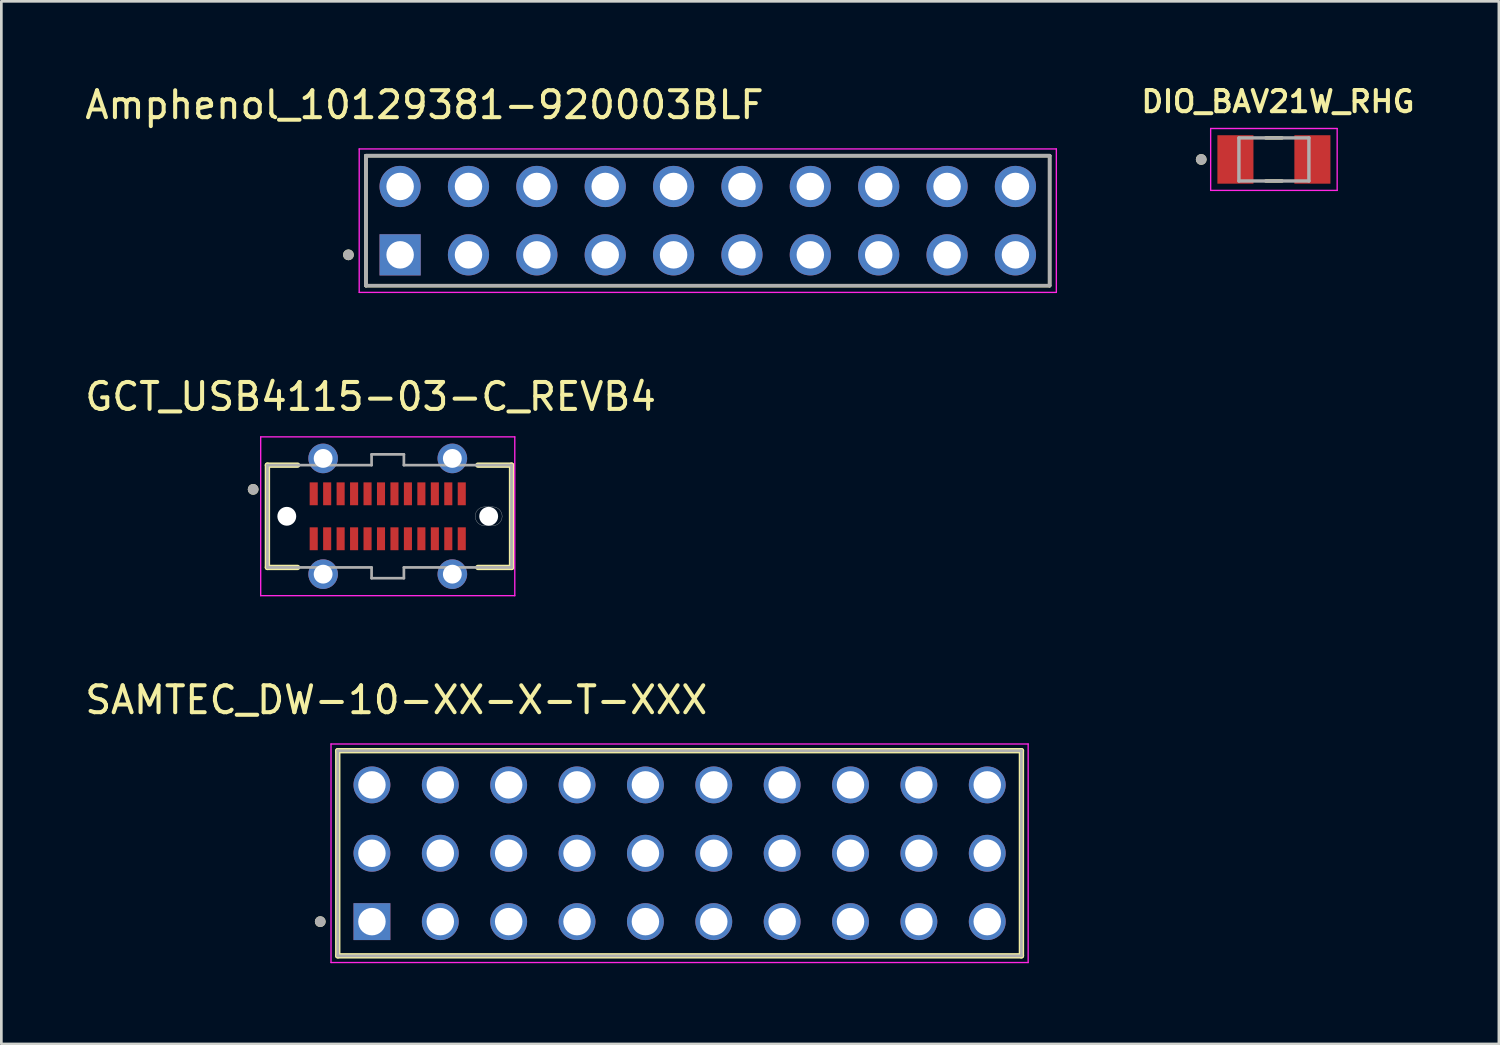
<source format=kicad_pcb>
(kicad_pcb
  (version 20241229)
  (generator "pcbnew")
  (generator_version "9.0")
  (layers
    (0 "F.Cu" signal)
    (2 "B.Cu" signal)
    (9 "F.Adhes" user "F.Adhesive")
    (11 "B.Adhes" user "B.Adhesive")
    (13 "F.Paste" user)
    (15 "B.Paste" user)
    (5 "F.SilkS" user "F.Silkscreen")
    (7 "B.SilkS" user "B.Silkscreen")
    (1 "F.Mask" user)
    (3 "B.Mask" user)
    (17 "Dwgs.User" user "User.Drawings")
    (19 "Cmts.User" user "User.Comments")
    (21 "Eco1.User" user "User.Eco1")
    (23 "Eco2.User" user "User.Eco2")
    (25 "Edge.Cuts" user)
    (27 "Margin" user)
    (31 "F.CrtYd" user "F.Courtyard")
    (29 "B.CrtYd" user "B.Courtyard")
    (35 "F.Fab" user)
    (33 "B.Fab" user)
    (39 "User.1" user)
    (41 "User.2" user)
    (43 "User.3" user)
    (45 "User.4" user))
  (footprint "SAMTEC_DW-10-XX-X-T-XXX"
    (layer "F.Cu")
    (at 10.768 31.19)
    (property "Reference" "SAMTEC_DW-10-XX-X-T-XXX" (at 0.905 -8.235 0) (layer "F.SilkS") (effects (font (size 1 1) (thickness 0.15))))
    (attr through_hole)
    (fp_line (start -1.27 1.27) (end -1.27 -6.35) (stroke (width 0.2) (type solid)) (layer "F.SilkS"))
    (fp_line (start 24.13 -6.35) (end -1.27 -6.35) (stroke (width 0.2) (type solid)) (layer "F.SilkS"))
    (fp_line (start 24.13 -6.35) (end 24.13 1.27) (stroke (width 0.2) (type solid)) (layer "F.SilkS"))
    (fp_line (start 24.13 1.27) (end -1.27 1.27) (stroke (width 0.2) (type solid)) (layer "F.SilkS"))
    (fp_circle (center -1.92 0) (end -1.82 0) (stroke (width 0.2) (type solid)) (fill no) (layer "F.SilkS"))
    (fp_line (start -1.52 -6.6) (end 24.38 -6.6) (stroke (width 0.05) (type solid)) (layer "F.CrtYd"))
    (fp_line (start -1.52 1.52) (end -1.52 -6.6) (stroke (width 0.05) (type solid)) (layer "F.CrtYd"))
    (fp_line (start 24.38 -6.6) (end 24.38 1.52) (stroke (width 0.05) (type solid)) (layer "F.CrtYd"))
    (fp_line (start 24.38 1.52) (end -1.52 1.52) (stroke (width 0.05) (type solid)) (layer "F.CrtYd"))
    (fp_line (start -1.27 -6.35) (end 24.13 -6.35) (stroke (width 0.1) (type solid)) (layer "F.Fab"))
    (fp_line (start -1.27 1.27) (end -1.27 -6.35) (stroke (width 0.1) (type solid)) (layer "F.Fab"))
    (fp_line (start 24.13 -6.35) (end 24.13 1.27) (stroke (width 0.1) (type solid)) (layer "F.Fab"))
    (fp_line (start 24.13 1.27) (end -1.27 1.27) (stroke (width 0.1) (type solid)) (layer "F.Fab"))
    (fp_circle (center -1.92 0) (end -1.82 0) (stroke (width 0.2) (type solid)) (fill no) (layer "F.Fab"))
    (pad "01" thru_hole rect (at 0 0) (size 1.37 1.37) (drill 1.02) (layers "*.Cu" "*.Mask"))
    (pad "02" thru_hole circle (at 0 -2.54) (size 1.37 1.37) (drill 1.02) (layers "*.Cu" "*.Mask"))
    (pad "03" thru_hole circle (at 0 -5.08) (size 1.37 1.37) (drill 1.02) (layers "*.Cu" "*.Mask"))
    (pad "04" thru_hole circle (at 2.54 0) (size 1.37 1.37) (drill 1.02) (layers "*.Cu" "*.Mask"))
    (pad "05" thru_hole circle (at 2.54 -2.54) (size 1.37 1.37) (drill 1.02) (layers "*.Cu" "*.Mask"))
    (pad "06" thru_hole circle (at 2.54 -5.08) (size 1.37 1.37) (drill 1.02) (layers "*.Cu" "*.Mask"))
    (pad "07" thru_hole circle (at 5.08 0) (size 1.37 1.37) (drill 1.02) (layers "*.Cu" "*.Mask"))
    (pad "08" thru_hole circle (at 5.08 -2.54) (size 1.37 1.37) (drill 1.02) (layers "*.Cu" "*.Mask"))
    (pad "09" thru_hole circle (at 5.08 -5.08) (size 1.37 1.37) (drill 1.02) (layers "*.Cu" "*.Mask"))
    (pad "10" thru_hole circle (at 7.62 0) (size 1.37 1.37) (drill 1.02) (layers "*.Cu" "*.Mask"))
    (pad "11" thru_hole circle (at 7.62 -2.54) (size 1.37 1.37) (drill 1.02) (layers "*.Cu" "*.Mask"))
    (pad "12" thru_hole circle (at 7.62 -5.08) (size 1.37 1.37) (drill 1.02) (layers "*.Cu" "*.Mask"))
    (pad "13" thru_hole circle (at 10.16 0) (size 1.37 1.37) (drill 1.02) (layers "*.Cu" "*.Mask"))
    (pad "14" thru_hole circle (at 10.16 -2.54) (size 1.37 1.37) (drill 1.02) (layers "*.Cu" "*.Mask"))
    (pad "15" thru_hole circle (at 10.16 -5.08) (size 1.37 1.37) (drill 1.02) (layers "*.Cu" "*.Mask"))
    (pad "16" thru_hole circle (at 12.7 0) (size 1.37 1.37) (drill 1.02) (layers "*.Cu" "*.Mask"))
    (pad "17" thru_hole circle (at 12.7 -2.54) (size 1.37 1.37) (drill 1.02) (layers "*.Cu" "*.Mask"))
    (pad "18" thru_hole circle (at 12.7 -5.08) (size 1.37 1.37) (drill 1.02) (layers "*.Cu" "*.Mask"))
    (pad "19" thru_hole circle (at 15.24 0) (size 1.37 1.37) (drill 1.02) (layers "*.Cu" "*.Mask"))
    (pad "20" thru_hole circle (at 15.24 -2.54) (size 1.37 1.37) (drill 1.02) (layers "*.Cu" "*.Mask"))
    (pad "21" thru_hole circle (at 15.24 -5.08) (size 1.37 1.37) (drill 1.02) (layers "*.Cu" "*.Mask"))
    (pad "22" thru_hole circle (at 17.78 0) (size 1.37 1.37) (drill 1.02) (layers "*.Cu" "*.Mask"))
    (pad "23" thru_hole circle (at 17.78 -2.54) (size 1.37 1.37) (drill 1.02) (layers "*.Cu" "*.Mask"))
    (pad "24" thru_hole circle (at 17.78 -5.08) (size 1.37 1.37) (drill 1.02) (layers "*.Cu" "*.Mask"))
    (pad "25" thru_hole circle (at 20.32 0) (size 1.37 1.37) (drill 1.02) (layers "*.Cu" "*.Mask"))
    (pad "26" thru_hole circle (at 20.32 -2.54) (size 1.37 1.37) (drill 1.02) (layers "*.Cu" "*.Mask"))
    (pad "27" thru_hole circle (at 20.32 -5.08) (size 1.37 1.37) (drill 1.02) (layers "*.Cu" "*.Mask"))
    (pad "28" thru_hole circle (at 22.86 0) (size 1.37 1.37) (drill 1.02) (layers "*.Cu" "*.Mask"))
    (pad "29" thru_hole circle (at 22.86 -2.54) (size 1.37 1.37) (drill 1.02) (layers "*.Cu" "*.Mask"))
    (pad "30" thru_hole circle (at 22.86 -5.08) (size 1.37 1.37) (drill 1.02) (layers "*.Cu" "*.Mask")))
  (footprint "Amphenol_10129381-920003BLF"
    (layer "F.Cu")
    (at 23.245 5.148)
    (property "Reference" "Amphenol_10129381-920003BLF" (at -10.525 -4.3 0) (layer "F.SilkS") (effects (font (size 1 1) (thickness 0.15))))
    (attr through_hole)
    (fp_line (start -12.7 2.415) (end -12.7 -2.415) (stroke (width 0.127) (type solid)) (layer "F.SilkS"))
    (fp_line (start 12.7 -2.415) (end -12.7 -2.415) (stroke (width 0.127) (type solid)) (layer "F.SilkS"))
    (fp_line (start 12.7 -2.415) (end 12.7 2.415) (stroke (width 0.127) (type solid)) (layer "F.SilkS"))
    (fp_line (start 12.7 2.415) (end -12.7 2.415) (stroke (width 0.127) (type solid)) (layer "F.SilkS"))
    (fp_circle (center -13.35 1.27) (end -13.25 1.27) (stroke (width 0.2) (type solid)) (fill no) (layer "F.SilkS"))
    (fp_line (start -12.95 -2.665) (end 12.95 -2.665) (stroke (width 0.05) (type solid)) (layer "F.CrtYd"))
    (fp_line (start -12.95 2.665) (end -12.95 -2.665) (stroke (width 0.05) (type solid)) (layer "F.CrtYd"))
    (fp_line (start 12.95 -2.665) (end 12.95 2.665) (stroke (width 0.05) (type solid)) (layer "F.CrtYd"))
    (fp_line (start 12.95 2.665) (end -12.95 2.665) (stroke (width 0.05) (type solid)) (layer "F.CrtYd"))
    (fp_line (start -12.7 -2.415) (end 12.7 -2.415) (stroke (width 0.127) (type solid)) (layer "F.Fab"))
    (fp_line (start -12.7 -2.415) (end 12.7 -2.415) (stroke (width 0.127) (type solid)) (layer "F.Fab"))
    (fp_line (start -12.7 2.415) (end -12.7 -2.415) (stroke (width 0.127) (type solid)) (layer "F.Fab"))
    (fp_line (start -12.7 2.415) (end -12.7 -2.415) (stroke (width 0.127) (type solid)) (layer "F.Fab"))
    (fp_line (start 12.7 -2.415) (end 12.7 2.415) (stroke (width 0.127) (type solid)) (layer "F.Fab"))
    (fp_line (start 12.7 -2.415) (end 12.7 2.415) (stroke (width 0.127) (type solid)) (layer "F.Fab"))
    (fp_line (start 12.7 2.415) (end -12.7 2.415) (stroke (width 0.127) (type solid)) (layer "F.Fab"))
    (fp_circle (center -13.35 1.27) (end -13.25 1.27) (stroke (width 0.2) (type solid)) (fill no) (layer "F.Fab"))
    (pad "1" thru_hole rect (at -11.43 1.27) (size 1.53 1.53) (drill 1.02) (layers "*.Cu" "*.Mask"))
    (pad "2" thru_hole circle (at -8.89 1.27) (size 1.53 1.53) (drill 1.02) (layers "*.Cu" "*.Mask"))
    (pad "3" thru_hole circle (at -6.35 1.27) (size 1.53 1.53) (drill 1.02) (layers "*.Cu" "*.Mask"))
    (pad "4" thru_hole circle (at -3.81 1.27) (size 1.53 1.53) (drill 1.02) (layers "*.Cu" "*.Mask"))
    (pad "5" thru_hole circle (at -1.27 1.27) (size 1.53 1.53) (drill 1.02) (layers "*.Cu" "*.Mask"))
    (pad "6" thru_hole circle (at 1.27 1.27) (size 1.53 1.53) (drill 1.02) (layers "*.Cu" "*.Mask"))
    (pad "7" thru_hole circle (at 3.81 1.27) (size 1.53 1.53) (drill 1.02) (layers "*.Cu" "*.Mask"))
    (pad "8" thru_hole circle (at 6.35 1.27) (size 1.53 1.53) (drill 1.02) (layers "*.Cu" "*.Mask"))
    (pad "9" thru_hole circle (at 8.89 1.27) (size 1.53 1.53) (drill 1.02) (layers "*.Cu" "*.Mask"))
    (pad "10" thru_hole circle (at 11.43 1.27) (size 1.53 1.53) (drill 1.02) (layers "*.Cu" "*.Mask"))
    (pad "11" thru_hole circle (at -11.43 -1.27) (size 1.53 1.53) (drill 1.02) (layers "*.Cu" "*.Mask"))
    (pad "12" thru_hole circle (at -8.89 -1.27) (size 1.53 1.53) (drill 1.02) (layers "*.Cu" "*.Mask"))
    (pad "13" thru_hole circle (at -6.35 -1.27) (size 1.53 1.53) (drill 1.02) (layers "*.Cu" "*.Mask"))
    (pad "14" thru_hole circle (at -3.81 -1.27) (size 1.53 1.53) (drill 1.02) (layers "*.Cu" "*.Mask"))
    (pad "15" thru_hole circle (at -1.27 -1.27) (size 1.53 1.53) (drill 1.02) (layers "*.Cu" "*.Mask"))
    (pad "16" thru_hole circle (at 1.27 -1.27) (size 1.53 1.53) (drill 1.02) (layers "*.Cu" "*.Mask"))
    (pad "17" thru_hole circle (at 3.81 -1.27) (size 1.53 1.53) (drill 1.02) (layers "*.Cu" "*.Mask"))
    (pad "18" thru_hole circle (at 6.35 -1.27) (size 1.53 1.53) (drill 1.02) (layers "*.Cu" "*.Mask"))
    (pad "19" thru_hole circle (at 8.89 -1.27) (size 1.53 1.53) (drill 1.02) (layers "*.Cu" "*.Mask"))
    (pad "20" thru_hole circle (at 11.43 -1.27) (size 1.53 1.53) (drill 1.02) (layers "*.Cu" "*.Mask")))
  (footprint "GCT_USB4115-03-C_REVB4"
    (layer "F.Cu")
    (at 11.355 16.131)
    (property "Reference" "GCT_USB4115-03-C_REVB4" (at -0.635 -4.445 0) (layer "F.SilkS") (effects (font (size 1 1) (thickness 0.15))))
    (fp_line (start -4.47 -1.9) (end -3.35 -1.9) (stroke (width 0.2) (type solid)) (layer "F.SilkS"))
    (fp_line (start -4.47 1.9) (end -4.47 -1.9) (stroke (width 0.2) (type solid)) (layer "F.SilkS"))
    (fp_line (start -4.47 1.9) (end -3.35 1.9) (stroke (width 0.2) (type solid)) (layer "F.SilkS"))
    (fp_line (start 3.35 -1.9) (end 4.6 -1.9) (stroke (width 0.2) (type solid)) (layer "F.SilkS"))
    (fp_line (start 3.35 1.9) (end 4.6 1.9) (stroke (width 0.2) (type solid)) (layer "F.SilkS"))
    (fp_line (start 4.6 1.9) (end 4.6 -1.9) (stroke (width 0.2) (type solid)) (layer "F.SilkS"))
    (fp_circle (center -5 -1) (end -4.9 -1) (stroke (width 0.2) (type solid)) (fill no) (layer "F.SilkS"))
    (fp_line (start 3.6 0.35) (end 3.75 0.35) (stroke (width 0.01) (type solid)) (layer "Edge.Cuts"))
    (fp_line (start 3.75 -0.35) (end 3.6 -0.35) (stroke (width 0.01) (type solid)) (layer "Edge.Cuts"))
    (fp_line (start 3.75 0.35) (end 3.9 0.35) (stroke (width 0.01) (type solid)) (layer "Edge.Cuts"))
    (fp_line (start 3.9 -0.35) (end 3.75 -0.35) (stroke (width 0.01) (type solid)) (layer "Edge.Cuts"))
    (fp_arc (start 3.25 0) (mid 3.352513 -0.247487) (end 3.6 -0.35) (stroke (width 0.01) (type solid)) (layer "Edge.Cuts"))
    (fp_arc (start 3.6 0.35) (mid 3.352513 0.247487) (end 3.25 0) (stroke (width 0.01) (type solid)) (layer "Edge.Cuts"))
    (fp_arc (start 3.9 -0.35) (mid 4.147487 -0.247487) (end 4.25 0) (stroke (width 0.01) (type solid)) (layer "Edge.Cuts"))
    (fp_arc (start 4.25 0) (mid 4.147487 0.247487) (end 3.9 0.35) (stroke (width 0.01) (type solid)) (layer "Edge.Cuts"))
    (fp_line (start -4.72 -2.95) (end 4.72 -2.95) (stroke (width 0.05) (type solid)) (layer "F.CrtYd"))
    (fp_line (start -4.72 2.95) (end -4.72 -2.95) (stroke (width 0.05) (type solid)) (layer "F.CrtYd"))
    (fp_line (start -4.72 2.95) (end 4.72 2.95) (stroke (width 0.05) (type solid)) (layer "F.CrtYd"))
    (fp_line (start 4.72 2.95) (end 4.72 -2.95) (stroke (width 0.05) (type solid)) (layer "F.CrtYd"))
    (fp_line (start -4.47 -1.9) (end -0.6 -1.9) (stroke (width 0.1) (type solid)) (layer "F.Fab"))
    (fp_line (start -4.47 1.9) (end -4.47 -1.9) (stroke (width 0.1) (type solid)) (layer "F.Fab"))
    (fp_line (start -4.47 1.9) (end -0.6 1.9) (stroke (width 0.1) (type solid)) (layer "F.Fab"))
    (fp_line (start -0.6 -2.3) (end 0.6 -2.3) (stroke (width 0.1) (type solid)) (layer "F.Fab"))
    (fp_line (start -0.6 -1.9) (end -0.6 -2.3) (stroke (width 0.1) (type solid)) (layer "F.Fab"))
    (fp_line (start -0.6 2.3) (end -0.6 1.9) (stroke (width 0.1) (type solid)) (layer "F.Fab"))
    (fp_line (start -0.6 2.3) (end 0.6 2.3) (stroke (width 0.1) (type solid)) (layer "F.Fab"))
    (fp_line (start 0.6 -1.9) (end 0.6 -2.3) (stroke (width 0.1) (type solid)) (layer "F.Fab"))
    (fp_line (start 0.6 -1.9) (end 4.6 -1.9) (stroke (width 0.1) (type solid)) (layer "F.Fab"))
    (fp_line (start 0.6 1.9) (end 4.6 1.9) (stroke (width 0.1) (type solid)) (layer "F.Fab"))
    (fp_line (start 0.6 2.3) (end 0.6 1.9) (stroke (width 0.1) (type solid)) (layer "F.Fab"))
    (fp_line (start 4.6 1.9) (end 4.6 -1.9) (stroke (width 0.1) (type solid)) (layer "F.Fab"))
    (fp_circle (center -5 -1) (end -4.9 -1) (stroke (width 0.2) (type solid)) (fill no) (layer "F.Fab"))
    (pad "" np_thru_hole circle (at -3.75 0) (size 0.7 0.7) (drill 0.7) (layers "*.Cu" "*.Mask"))
    (pad "" np_thru_hole circle (at 3.75 0) (size 0.7 0.7) (drill 0.7) (layers "*.Cu" "*.Mask"))
    (pad "A1" smd rect (at -2.75 -0.835) (size 0.3 0.85) (layers "F.Cu" "F.Mask" "F.Paste"))
    (pad "A2" smd rect (at -2.25 -0.835) (size 0.3 0.85) (layers "F.Cu" "F.Mask" "F.Paste"))
    (pad "A3" smd rect (at -1.75 -0.835) (size 0.3 0.85) (layers "F.Cu" "F.Mask" "F.Paste"))
    (pad "A4" smd rect (at -1.25 -0.835) (size 0.3 0.85) (layers "F.Cu" "F.Mask" "F.Paste"))
    (pad "A5" smd rect (at -0.75 -0.835) (size 0.3 0.85) (layers "F.Cu" "F.Mask" "F.Paste"))
    (pad "A6" smd rect (at -0.25 -0.835) (size 0.3 0.85) (layers "F.Cu" "F.Mask" "F.Paste"))
    (pad "A7" smd rect (at 0.25 -0.835) (size 0.3 0.85) (layers "F.Cu" "F.Mask" "F.Paste"))
    (pad "A8" smd rect (at 0.75 -0.835) (size 0.3 0.85) (layers "F.Cu" "F.Mask" "F.Paste"))
    (pad "A9" smd rect (at 1.25 -0.835) (size 0.3 0.85) (layers "F.Cu" "F.Mask" "F.Paste"))
    (pad "A10" smd rect (at 1.75 -0.835) (size 0.3 0.85) (layers "F.Cu" "F.Mask" "F.Paste"))
    (pad "A11" smd rect (at 2.25 -0.835) (size 0.3 0.85) (layers "F.Cu" "F.Mask" "F.Paste"))
    (pad "A12" smd rect (at 2.75 -0.835) (size 0.3 0.85) (layers "F.Cu" "F.Mask" "F.Paste"))
    (pad "B1" smd rect (at 2.75 0.835) (size 0.3 0.85) (layers "F.Cu" "F.Mask" "F.Paste"))
    (pad "B2" smd rect (at 2.25 0.835) (size 0.3 0.85) (layers "F.Cu" "F.Mask" "F.Paste"))
    (pad "B3" smd rect (at 1.75 0.835) (size 0.3 0.85) (layers "F.Cu" "F.Mask" "F.Paste"))
    (pad "B4" smd rect (at 1.25 0.835) (size 0.3 0.85) (layers "F.Cu" "F.Mask" "F.Paste"))
    (pad "B5" smd rect (at 0.75 0.835) (size 0.3 0.85) (layers "F.Cu" "F.Mask" "F.Paste"))
    (pad "B6" smd rect (at 0.25 0.835) (size 0.3 0.85) (layers "F.Cu" "F.Mask" "F.Paste"))
    (pad "B7" smd rect (at -0.25 0.835) (size 0.3 0.85) (layers "F.Cu" "F.Mask" "F.Paste"))
    (pad "B8" smd rect (at -0.75 0.835) (size 0.3 0.85) (layers "F.Cu" "F.Mask" "F.Paste"))
    (pad "B9" smd rect (at -1.25 0.835) (size 0.3 0.85) (layers "F.Cu" "F.Mask" "F.Paste"))
    (pad "B10" smd rect (at -1.75 0.835) (size 0.3 0.85) (layers "F.Cu" "F.Mask" "F.Paste"))
    (pad "B11" smd rect (at -2.25 0.835) (size 0.3 0.85) (layers "F.Cu" "F.Mask" "F.Paste"))
    (pad "B12" smd rect (at -2.75 0.835) (size 0.3 0.85) (layers "F.Cu" "F.Mask" "F.Paste"))
    (pad "S1" thru_hole circle (at -2.4 -2.15) (size 1.1 1.1) (drill 0.7) (layers "*.Cu" "*.Mask"))
    (pad "S1" thru_hole circle (at -2.4 2.15) (size 1.1 1.1) (drill 0.7) (layers "*.Cu" "*.Mask"))
    (pad "S1" thru_hole circle (at 2.4 -2.15) (size 1.1 1.1) (drill 0.7) (layers "*.Cu" "*.Mask"))
    (pad "S1" thru_hole circle (at 2.4 2.15) (size 1.1 1.1) (drill 0.7) (layers "*.Cu" "*.Mask"))
    (zone (net_name "") (layer "F.Cu") (hatch full 0.508) (connect_pads) (min_thickness 0.01) (filled_areas_thickness no) (keepout (tracks not_allowed) (vias not_allowed) (pads not_allowed) (copperpour not_allowed) (footprints allowed)) (placement (enabled no)) (fill) (polygon (pts (xy 10.555 14.332) (xy 12.155 14.332) (xy 12.155 13.632) (xy 10.555 13.632))))
    (zone (net_name "") (layer "F.Cu") (hatch full 0.508) (connect_pads) (min_thickness 0.01) (filled_areas_thickness no) (keepout (tracks not_allowed) (vias not_allowed) (pads not_allowed) (copperpour not_allowed) (footprints allowed)) (placement (enabled no)) (fill) (polygon (pts (xy 10.555 17.931) (xy 12.155 17.931) (xy 12.155 18.631) (xy 10.555 18.631))))
    (zone (net_name "") (layers "F.Cu" "B.Cu") (hatch full 0.508) (connect_pads) (min_thickness 0.01) (filled_areas_thickness no) (keepout (tracks allowed) (vias not_allowed) (pads allowed) (copperpour allowed) (footprints allowed)) (placement (enabled no)) (fill) (polygon (pts (xy 10.555 14.332) (xy 12.155 14.332) (xy 12.155 13.632) (xy 10.555 13.632))))
    (zone (net_name "") (layers "F.Cu" "B.Cu") (hatch full 0.508) (connect_pads) (min_thickness 0.01) (filled_areas_thickness no) (keepout (tracks allowed) (vias not_allowed) (pads allowed) (copperpour allowed) (footprints allowed)) (placement (enabled no)) (fill) (polygon (pts (xy 10.555 17.931) (xy 12.155 17.931) (xy 12.155 18.631) (xy 10.555 18.631)))))
  (footprint "DIO_BAV21W_RHG"
    (layer "F.Cu")
    (at 44.278 2.874)
    (property "Reference" "DIO_BAV21W_RHG" (at 0.15 -2.15 0) (layer "F.SilkS") (effects (font (size 0.787 0.787) (thickness 0.15))))
    (attr smd)
    (fp_line (start 0.3 -0.8) (end -0.3 -0.8) (stroke (width 0.127) (type solid)) (layer "F.SilkS"))
    (fp_line (start 0.3 0.8) (end -0.3 0.8) (stroke (width 0.127) (type solid)) (layer "F.SilkS"))
    (fp_circle (center -2.7 0) (end -2.6 0) (stroke (width 0.2) (type solid)) (fill no) (layer "F.SilkS"))
    (fp_line (start -2.35 -1.15) (end -2.35 1.15) (stroke (width 0.05) (type solid)) (layer "F.CrtYd"))
    (fp_line (start -2.35 1.15) (end 2.35 1.15) (stroke (width 0.05) (type solid)) (layer "F.CrtYd"))
    (fp_line (start 2.35 -1.15) (end -2.35 -1.15) (stroke (width 0.05) (type solid)) (layer "F.CrtYd"))
    (fp_line (start 2.35 1.15) (end 2.35 -1.15) (stroke (width 0.05) (type solid)) (layer "F.CrtYd"))
    (fp_line (start -1.3 -0.8) (end -1.3 0.8) (stroke (width 0.127) (type solid)) (layer "F.Fab"))
    (fp_line (start -1.3 0.8) (end 1.3 0.8) (stroke (width 0.127) (type solid)) (layer "F.Fab"))
    (fp_line (start 1.3 -0.8) (end -1.3 -0.8) (stroke (width 0.127) (type solid)) (layer "F.Fab"))
    (fp_line (start 1.3 0.8) (end 1.3 -0.8) (stroke (width 0.127) (type solid)) (layer "F.Fab"))
    (fp_circle (center -2.7 0) (end -2.6 0) (stroke (width 0.2) (type solid)) (fill no) (layer "F.Fab"))
    (pad "A" smd rect (at 1.43 0) (size 1.34 1.8) (layers "F.Cu" "F.Mask" "F.Paste"))
    (pad "C" smd rect (at -1.43 0) (size 1.34 1.8) (layers "F.Cu" "F.Mask" "F.Paste")))
  (gr_rect
    (start -3 -3)
    (end 52.636 35.735)
    (stroke (width 0.1) (type default))
    (fill no)
    (layer "Edge.Cuts")))
</source>
